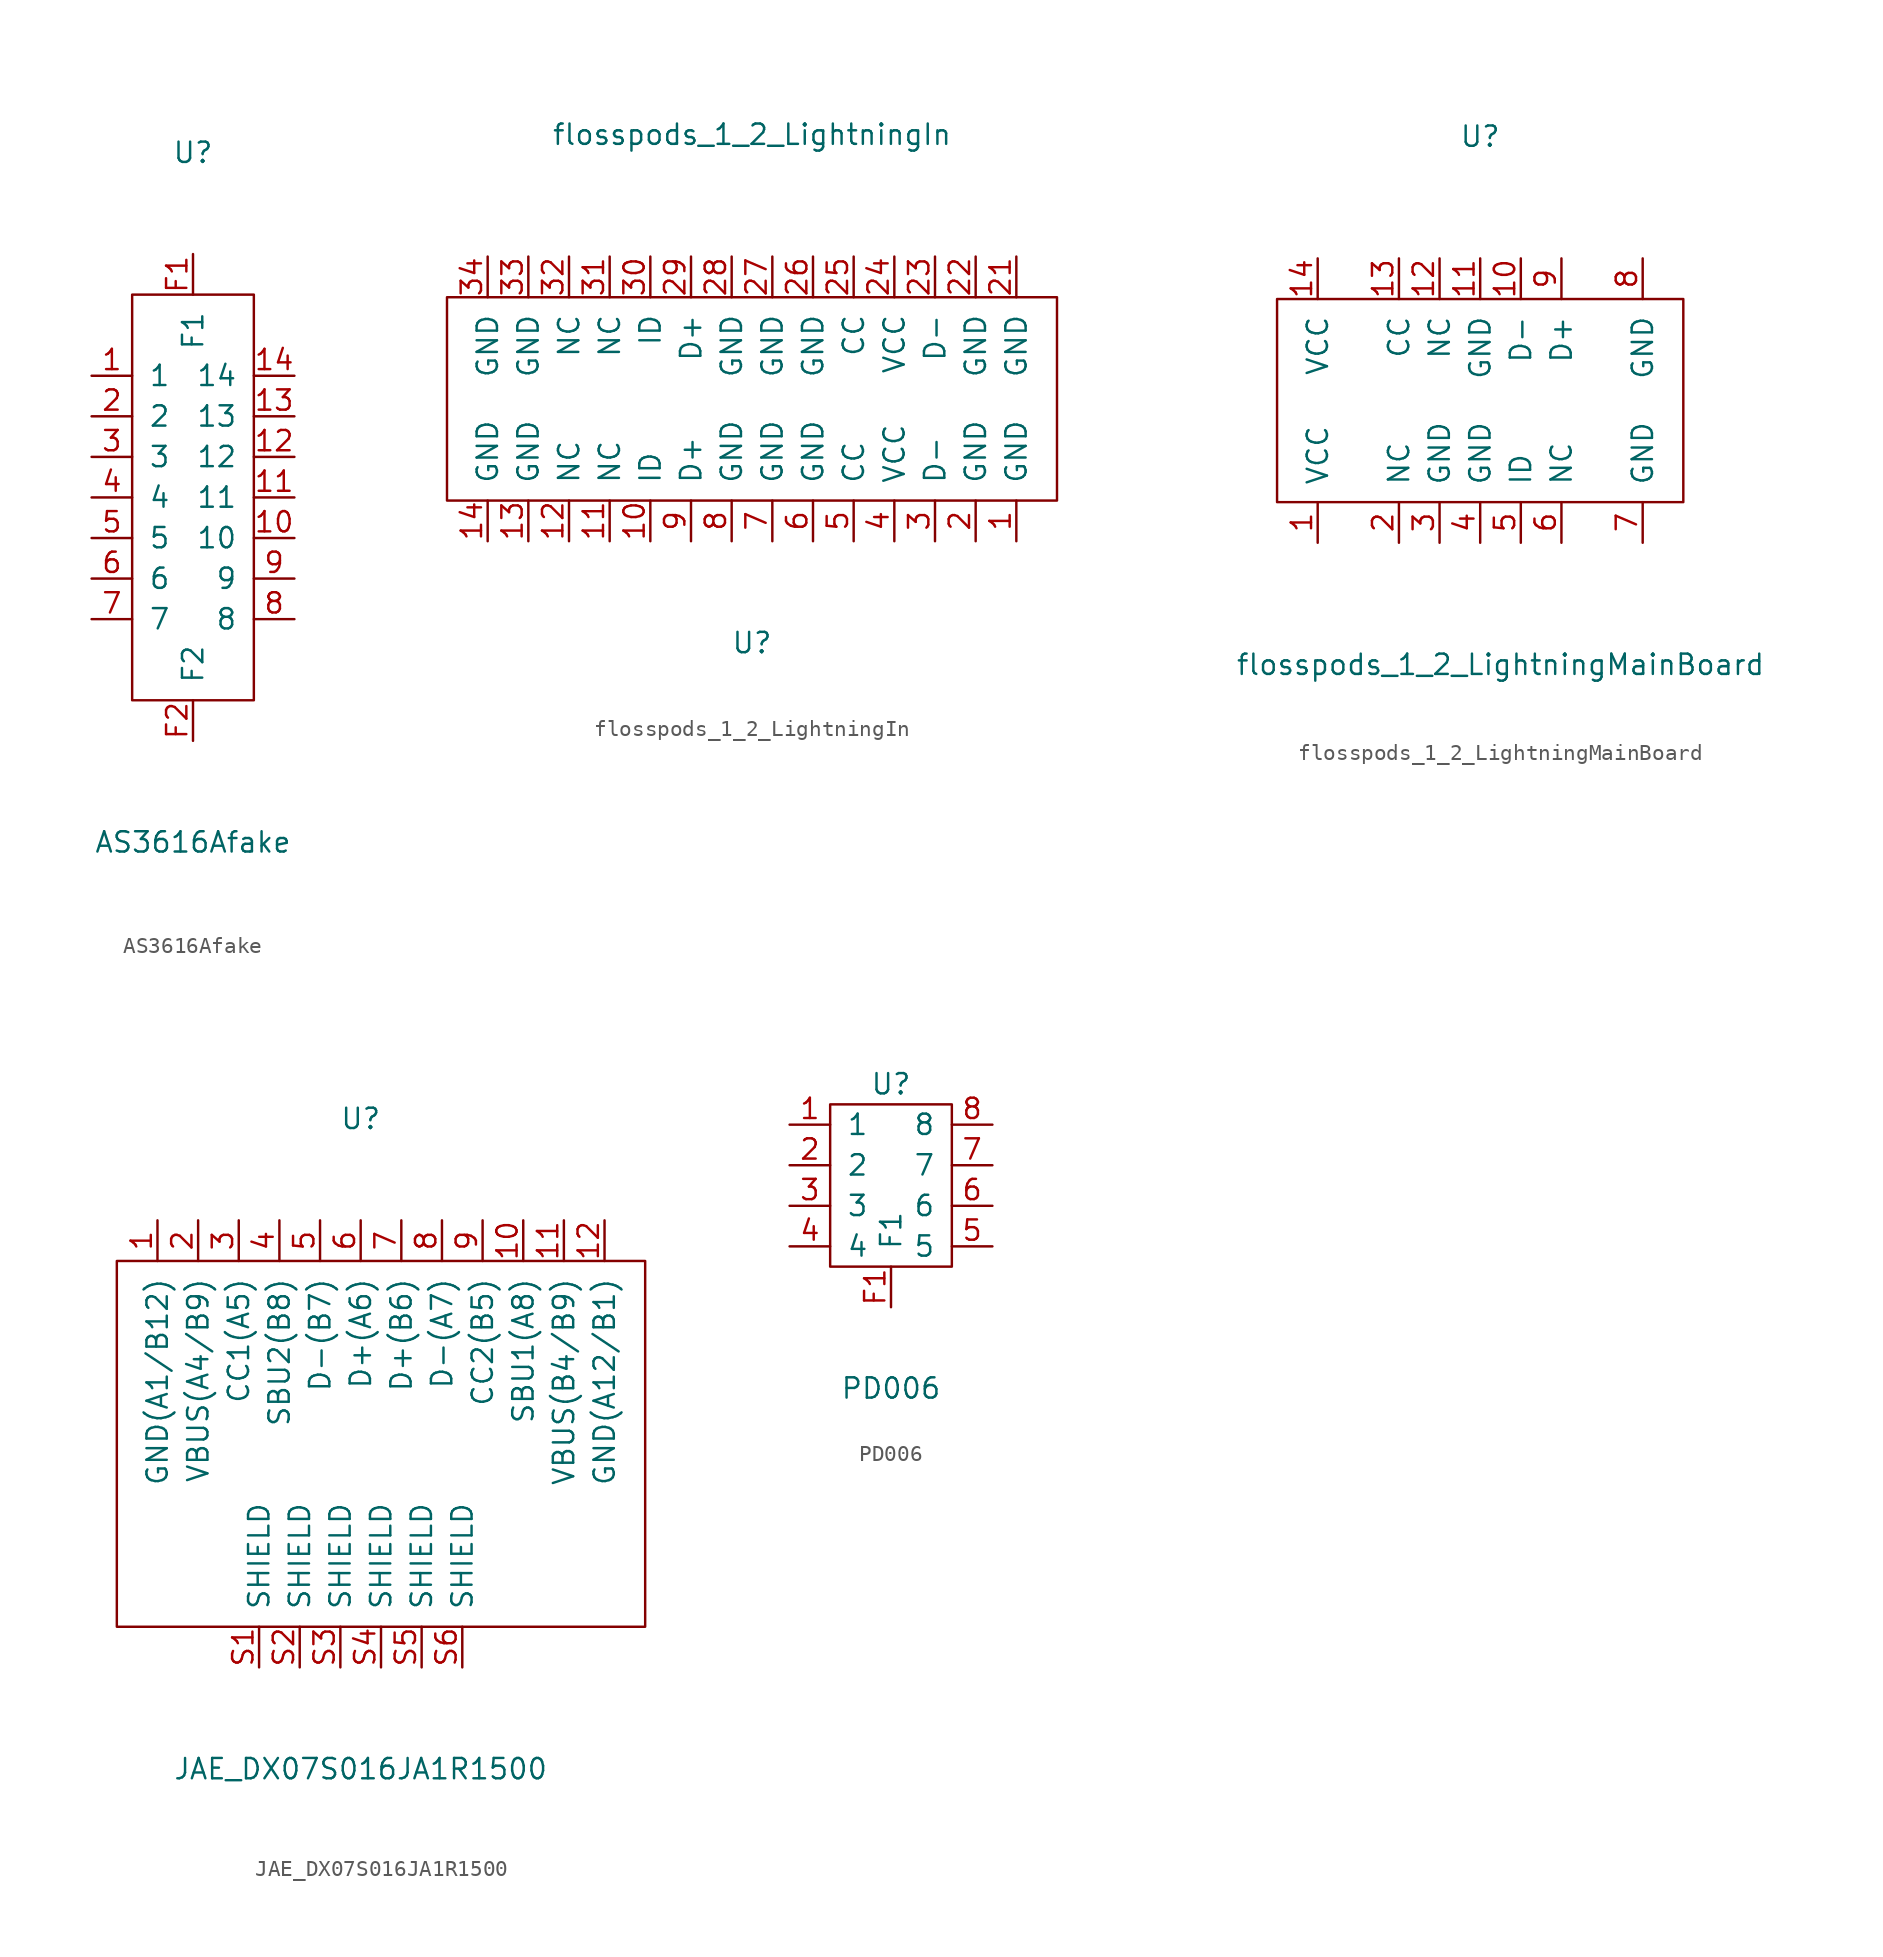
<source format=kicad_sym>
(kicad_symbol_lib
  (version 20211014)
  (generator kicad_symbol_editor)
  (symbol "AS3616Afake"
    (pin_names
      (offset 1.016))
    (property "Reference" "U"
      (at 0 20.32 0)
      (effects (font (size 1.27 1.27))))
    (property "Value" "AS3616Afake"
      (at 0 -22.86 0)
      (effects (font (size 1.27 1.27))))
    (symbol "AS3616Afake_0_1"
      (rectangle (start -3.81 11.43) (end 3.81 -13.97) (stroke (width 0) (type default) (color 0 0 0 0)) (fill (type none))))
    (symbol "AS3616Afake_1_1"
      (pin input line (at -6.35 6.35 0) (length 2.54) (name "1" (effects (font (size 1.27 1.27)))) (number "1" (effects (font (size 1.27 1.27)))))
      (pin input line (at 6.35 -3.81 180) (length 2.54) (name "10" (effects (font (size 1.27 1.27)))) (number "10" (effects (font (size 1.27 1.27)))))
      (pin input line (at 6.35 -1.27 180) (length 2.54) (name "11" (effects (font (size 1.27 1.27)))) (number "11" (effects (font (size 1.27 1.27)))))
      (pin input line (at 6.35 1.27 180) (length 2.54) (name "12" (effects (font (size 1.27 1.27)))) (number "12" (effects (font (size 1.27 1.27)))))
      (pin input line (at 6.35 3.81 180) (length 2.54) (name "13" (effects (font (size 1.27 1.27)))) (number "13" (effects (font (size 1.27 1.27)))))
      (pin input line (at 6.35 6.35 180) (length 2.54) (name "14" (effects (font (size 1.27 1.27)))) (number "14" (effects (font (size 1.27 1.27)))))
      (pin input line (at -6.35 3.81 0) (length 2.54) (name "2" (effects (font (size 1.27 1.27)))) (number "2" (effects (font (size 1.27 1.27)))))
      (pin input line (at -6.35 1.27 0) (length 2.54) (name "3" (effects (font (size 1.27 1.27)))) (number "3" (effects (font (size 1.27 1.27)))))
      (pin input line (at -6.35 -1.27 0) (length 2.54) (name "4" (effects (font (size 1.27 1.27)))) (number "4" (effects (font (size 1.27 1.27)))))
      (pin input line (at -6.35 -3.81 0) (length 2.54) (name "5" (effects (font (size 1.27 1.27)))) (number "5" (effects (font (size 1.27 1.27)))))
      (pin input line (at -6.35 -6.35 0) (length 2.54) (name "6" (effects (font (size 1.27 1.27)))) (number "6" (effects (font (size 1.27 1.27)))))
      (pin input line (at -6.35 -8.89 0) (length 2.54) (name "7" (effects (font (size 1.27 1.27)))) (number "7" (effects (font (size 1.27 1.27)))))
      (pin input line (at 6.35 -8.89 180) (length 2.54) (name "8" (effects (font (size 1.27 1.27)))) (number "8" (effects (font (size 1.27 1.27)))))
      (pin input line (at 6.35 -6.35 180) (length 2.54) (name "9" (effects (font (size 1.27 1.27)))) (number "9" (effects (font (size 1.27 1.27)))))
      (pin input line (at 0 13.97 270) (length 2.54) (name "F1" (effects (font (size 1.27 1.27)))) (number "F1" (effects (font (size 1.27 1.27)))))
      (pin input line (at 0 -16.51 90) (length 2.54) (name "F2" (effects (font (size 1.27 1.27)))) (number "F2" (effects (font (size 1.27 1.27)))))))
  (symbol "flosspods_1_2_LightningIn"
    (pin_names
      (offset 1.016))
    (property "Reference" "U"
      (at 0 -15.24 0)
      (effects (font (size 1.27 1.27))))
    (property "Value" "flosspods_1_2_LightningIn"
      (at 0 16.51 0)
      (effects (font (size 1.27 1.27))))
    (symbol "flosspods_1_2_LightningIn_1_1"
      (rectangle (start -19.05 -6.35) (end 19.05 6.35) (stroke (width 0) (type default) (color 0 0 0 0)) (fill (type none)))
      (pin input line (at 16.51 -8.89 90) (length 2.54) (name "GND" (effects (font (size 1.27 1.27)))) (number "1" (effects (font (size 1.27 1.27)))))
      (pin input line (at -6.35 -8.89 90) (length 2.54) (name "ID" (effects (font (size 1.27 1.27)))) (number "10" (effects (font (size 1.27 1.27)))))
      (pin input line (at -8.89 -8.89 90) (length 2.54) (name "NC" (effects (font (size 1.27 1.27)))) (number "11" (effects (font (size 1.27 1.27)))))
      (pin input line (at -11.43 -8.89 90) (length 2.54) (name "NC" (effects (font (size 1.27 1.27)))) (number "12" (effects (font (size 1.27 1.27)))))
      (pin input line (at -13.97 -8.89 90) (length 2.54) (name "GND" (effects (font (size 1.27 1.27)))) (number "13" (effects (font (size 1.27 1.27)))))
      (pin input line (at -16.51 -8.89 90) (length 2.54) (name "GND" (effects (font (size 1.27 1.27)))) (number "14" (effects (font (size 1.27 1.27)))))
      (pin input line (at 13.97 -8.89 90) (length 2.54) (name "GND" (effects (font (size 1.27 1.27)))) (number "2" (effects (font (size 1.27 1.27)))))
      (pin input line (at 16.51 8.89 270) (length 2.54) (name "GND" (effects (font (size 1.27 1.27)))) (number "21" (effects (font (size 1.27 1.27)))))
      (pin input line (at 13.97 8.89 270) (length 2.54) (name "GND" (effects (font (size 1.27 1.27)))) (number "22" (effects (font (size 1.27 1.27)))))
      (pin input line (at 11.43 8.89 270) (length 2.54) (name "D-" (effects (font (size 1.27 1.27)))) (number "23" (effects (font (size 1.27 1.27)))))
      (pin input line (at 8.89 8.89 270) (length 2.54) (name "VCC" (effects (font (size 1.27 1.27)))) (number "24" (effects (font (size 1.27 1.27)))))
      (pin input line (at 6.35 8.89 270) (length 2.54) (name "CC" (effects (font (size 1.27 1.27)))) (number "25" (effects (font (size 1.27 1.27)))))
      (pin input line (at 3.81 8.89 270) (length 2.54) (name "GND" (effects (font (size 1.27 1.27)))) (number "26" (effects (font (size 1.27 1.27)))))
      (pin input line (at 1.27 8.89 270) (length 2.54) (name "GND" (effects (font (size 1.27 1.27)))) (number "27" (effects (font (size 1.27 1.27)))))
      (pin input line (at -1.27 8.89 270) (length 2.54) (name "GND" (effects (font (size 1.27 1.27)))) (number "28" (effects (font (size 1.27 1.27)))))
      (pin input line (at -3.81 8.89 270) (length 2.54) (name "D+" (effects (font (size 1.27 1.27)))) (number "29" (effects (font (size 1.27 1.27)))))
      (pin input line (at 11.43 -8.89 90) (length 2.54) (name "D-" (effects (font (size 1.27 1.27)))) (number "3" (effects (font (size 1.27 1.27)))))
      (pin input line (at -6.35 8.89 270) (length 2.54) (name "ID" (effects (font (size 1.27 1.27)))) (number "30" (effects (font (size 1.27 1.27)))))
      (pin input line (at -8.89 8.89 270) (length 2.54) (name "NC" (effects (font (size 1.27 1.27)))) (number "31" (effects (font (size 1.27 1.27)))))
      (pin input line (at -11.43 8.89 270) (length 2.54) (name "NC" (effects (font (size 1.27 1.27)))) (number "32" (effects (font (size 1.27 1.27)))))
      (pin input line (at -13.97 8.89 270) (length 2.54) (name "GND" (effects (font (size 1.27 1.27)))) (number "33" (effects (font (size 1.27 1.27)))))
      (pin input line (at -16.51 8.89 270) (length 2.54) (name "GND" (effects (font (size 1.27 1.27)))) (number "34" (effects (font (size 1.27 1.27)))))
      (pin input line (at 8.89 -8.89 90) (length 2.54) (name "VCC" (effects (font (size 1.27 1.27)))) (number "4" (effects (font (size 1.27 1.27)))))
      (pin input line (at 6.35 -8.89 90) (length 2.54) (name "CC" (effects (font (size 1.27 1.27)))) (number "5" (effects (font (size 1.27 1.27)))))
      (pin input line (at 3.81 -8.89 90) (length 2.54) (name "GND" (effects (font (size 1.27 1.27)))) (number "6" (effects (font (size 1.27 1.27)))))
      (pin input line (at 1.27 -8.89 90) (length 2.54) (name "GND" (effects (font (size 1.27 1.27)))) (number "7" (effects (font (size 1.27 1.27)))))
      (pin input line (at -1.27 -8.89 90) (length 2.54) (name "GND" (effects (font (size 1.27 1.27)))) (number "8" (effects (font (size 1.27 1.27)))))
      (pin input line (at -3.81 -8.89 90) (length 2.54) (name "D+" (effects (font (size 1.27 1.27)))) (number "9" (effects (font (size 1.27 1.27)))))))
  (symbol "flosspods_1_2_LightningMainBoard"
    (pin_names
      (offset 1.016))
    (property "Reference" "U"
      (at 0 13.97 0)
      (effects (font (size 1.27 1.27))))
    (property "Value" "flosspods_1_2_LightningMainBoard"
      (at 1.27 -19.05 0)
      (effects (font (size 1.27 1.27))))
    (symbol "flosspods_1_2_LightningMainBoard_1_1"
      (rectangle (start -12.7 -8.89) (end 12.7 3.81) (stroke (width 0) (type default) (color 0 0 0 0)) (fill (type none)))
      (pin input line (at -10.16 -11.43 90) (length 2.54) (name "VCC" (effects (font (size 1.27 1.27)))) (number "1" (effects (font (size 1.27 1.27)))))
      (pin input line (at 2.54 6.35 270) (length 2.54) (name "D-" (effects (font (size 1.27 1.27)))) (number "10" (effects (font (size 1.27 1.27)))))
      (pin input line (at 0 6.35 270) (length 2.54) (name "GND" (effects (font (size 1.27 1.27)))) (number "11" (effects (font (size 1.27 1.27)))))
      (pin input line (at -2.54 6.35 270) (length 2.54) (name "NC" (effects (font (size 1.27 1.27)))) (number "12" (effects (font (size 1.27 1.27)))))
      (pin input line (at -5.08 6.35 270) (length 2.54) (name "CC" (effects (font (size 1.27 1.27)))) (number "13" (effects (font (size 1.27 1.27)))))
      (pin input line (at -10.16 6.35 270) (length 2.54) (name "VCC" (effects (font (size 1.27 1.27)))) (number "14" (effects (font (size 1.27 1.27)))))
      (pin input line (at -5.08 -11.43 90) (length 2.54) (name "NC" (effects (font (size 1.27 1.27)))) (number "2" (effects (font (size 1.27 1.27)))))
      (pin input line (at -2.54 -11.43 90) (length 2.54) (name "GND" (effects (font (size 1.27 1.27)))) (number "3" (effects (font (size 1.27 1.27)))))
      (pin input line (at 0 -11.43 90) (length 2.54) (name "GND" (effects (font (size 1.27 1.27)))) (number "4" (effects (font (size 1.27 1.27)))))
      (pin input line (at 2.54 -11.43 90) (length 2.54) (name "ID" (effects (font (size 1.27 1.27)))) (number "5" (effects (font (size 1.27 1.27)))))
      (pin input line (at 5.08 -11.43 90) (length 2.54) (name "NC" (effects (font (size 1.27 1.27)))) (number "6" (effects (font (size 1.27 1.27)))))
      (pin input line (at 10.16 -11.43 90) (length 2.54) (name "GND" (effects (font (size 1.27 1.27)))) (number "7" (effects (font (size 1.27 1.27)))))
      (pin input line (at 10.16 6.35 270) (length 2.54) (name "GND" (effects (font (size 1.27 1.27)))) (number "8" (effects (font (size 1.27 1.27)))))
      (pin input line (at 5.08 6.35 270) (length 2.54) (name "D+" (effects (font (size 1.27 1.27)))) (number "9" (effects (font (size 1.27 1.27)))))))
  (symbol "JAE_DX07S016JA1R1500"
    (pin_names
      (offset 1.016))
    (property "Reference" "U"
      (at 0 11.43 0)
      (effects (font (size 1.27 1.27))))
    (property "Value" "JAE_DX07S016JA1R1500"
      (at 0 -29.21 0)
      (effects (font (size 1.27 1.27))))
    (symbol "JAE_DX07S016JA1R1500_0_1"
      (rectangle (start -15.24 2.54) (end 17.78 -20.32) (stroke (width 0) (type default) (color 0 0 0 0)) (fill (type none))))
    (symbol "JAE_DX07S016JA1R1500_1_1"
      (pin input line (at -12.7 5.08 270) (length 2.54) (name "GND(A1/B12)" (effects (font (size 1.27 1.27)))) (number "1" (effects (font (size 1.27 1.27)))))
      (pin input line (at 10.16 5.08 270) (length 2.54) (name "SBU1(A8)" (effects (font (size 1.27 1.27)))) (number "10" (effects (font (size 1.27 1.27)))))
      (pin input line (at 12.7 5.08 270) (length 2.54) (name "VBUS(B4/B9)" (effects (font (size 1.27 1.27)))) (number "11" (effects (font (size 1.27 1.27)))))
      (pin input line (at 15.24 5.08 270) (length 2.54) (name "GND(A12/B1)" (effects (font (size 1.27 1.27)))) (number "12" (effects (font (size 1.27 1.27)))))
      (pin input line (at -10.16 5.08 270) (length 2.54) (name "VBUS(A4/B9)" (effects (font (size 1.27 1.27)))) (number "2" (effects (font (size 1.27 1.27)))))
      (pin input line (at -7.62 5.08 270) (length 2.54) (name "CC1(A5)" (effects (font (size 1.27 1.27)))) (number "3" (effects (font (size 1.27 1.27)))))
      (pin input line (at -5.08 5.08 270) (length 2.54) (name "SBU2(B8)" (effects (font (size 1.27 1.27)))) (number "4" (effects (font (size 1.27 1.27)))))
      (pin input line (at -2.54 5.08 270) (length 2.54) (name "D-(B7)" (effects (font (size 1.27 1.27)))) (number "5" (effects (font (size 1.27 1.27)))))
      (pin input line (at 0 5.08 270) (length 2.54) (name "D+(A6)" (effects (font (size 1.27 1.27)))) (number "6" (effects (font (size 1.27 1.27)))))
      (pin input line (at 2.54 5.08 270) (length 2.54) (name "D+(B6)" (effects (font (size 1.27 1.27)))) (number "7" (effects (font (size 1.27 1.27)))))
      (pin input line (at 5.08 5.08 270) (length 2.54) (name "D-(A7)" (effects (font (size 1.27 1.27)))) (number "8" (effects (font (size 1.27 1.27)))))
      (pin input line (at 7.62 5.08 270) (length 2.54) (name "CC2(B5)" (effects (font (size 1.27 1.27)))) (number "9" (effects (font (size 1.27 1.27)))))
      (pin input line (at -6.35 -22.86 90) (length 2.54) (name "SHIELD" (effects (font (size 1.27 1.27)))) (number "S1" (effects (font (size 1.27 1.27)))))
      (pin input line (at -3.81 -22.86 90) (length 2.54) (name "SHIELD" (effects (font (size 1.27 1.27)))) (number "S2" (effects (font (size 1.27 1.27)))))
      (pin input line (at -1.27 -22.86 90) (length 2.54) (name "SHIELD" (effects (font (size 1.27 1.27)))) (number "S3" (effects (font (size 1.27 1.27)))))
      (pin input line (at 1.27 -22.86 90) (length 2.54) (name "SHIELD" (effects (font (size 1.27 1.27)))) (number "S4" (effects (font (size 1.27 1.27)))))
      (pin input line (at 3.81 -22.86 90) (length 2.54) (name "SHIELD" (effects (font (size 1.27 1.27)))) (number "S5" (effects (font (size 1.27 1.27)))))
      (pin input line (at 6.35 -22.86 90) (length 2.54) (name "SHIELD" (effects (font (size 1.27 1.27)))) (number "S6" (effects (font (size 1.27 1.27)))))))
  (symbol "PD006"
    (pin_names
      (offset 1.016))
    (property "Reference" "U"
      (at 0 6.35 0)
      (effects (font (size 1.27 1.27))))
    (property "Value" "PD006"
      (at 0 -12.7 0)
      (effects (font (size 1.27 1.27))))
    (symbol "PD006_0_1"
      (rectangle (start 3.81 -5.08) (end -3.81 5.08) (stroke (width 0) (type default) (color 0 0 0 0)) (fill (type none))))
    (symbol "PD006_1_1"
      (pin input line (at -6.35 3.81 0) (length 2.54) (name "1" (effects (font (size 1.27 1.27)))) (number "1" (effects (font (size 1.27 1.27)))))
      (pin input line (at -6.35 1.27 0) (length 2.54) (name "2" (effects (font (size 1.27 1.27)))) (number "2" (effects (font (size 1.27 1.27)))))
      (pin input line (at -6.35 -1.27 0) (length 2.54) (name "3" (effects (font (size 1.27 1.27)))) (number "3" (effects (font (size 1.27 1.27)))))
      (pin input line (at -6.35 -3.81 0) (length 2.54) (name "4" (effects (font (size 1.27 1.27)))) (number "4" (effects (font (size 1.27 1.27)))))
      (pin input line (at 6.35 -3.81 180) (length 2.54) (name "5" (effects (font (size 1.27 1.27)))) (number "5" (effects (font (size 1.27 1.27)))))
      (pin input line (at 6.35 -1.27 180) (length 2.54) (name "6" (effects (font (size 1.27 1.27)))) (number "6" (effects (font (size 1.27 1.27)))))
      (pin input line (at 6.35 1.27 180) (length 2.54) (name "7" (effects (font (size 1.27 1.27)))) (number "7" (effects (font (size 1.27 1.27)))))
      (pin input line (at 6.35 3.81 180) (length 2.54) (name "8" (effects (font (size 1.27 1.27)))) (number "8" (effects (font (size 1.27 1.27)))))
      (pin input line (at 0 -7.62 90) (length 2.54) (name "F1" (effects (font (size 1.27 1.27)))) (number "F1" (effects (font (size 1.27 1.27))))))))
</source>
